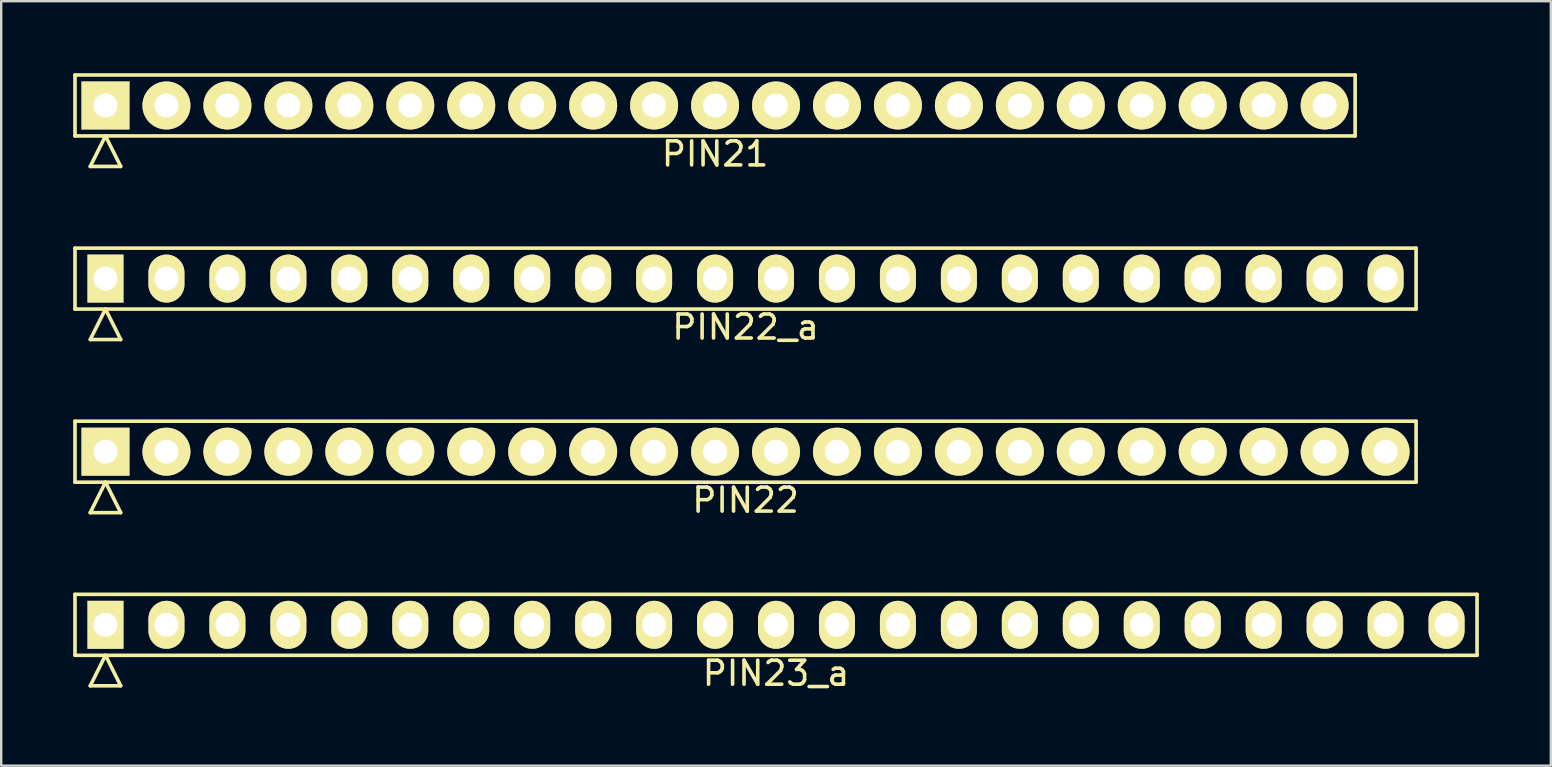
<source format=kicad_pcb>
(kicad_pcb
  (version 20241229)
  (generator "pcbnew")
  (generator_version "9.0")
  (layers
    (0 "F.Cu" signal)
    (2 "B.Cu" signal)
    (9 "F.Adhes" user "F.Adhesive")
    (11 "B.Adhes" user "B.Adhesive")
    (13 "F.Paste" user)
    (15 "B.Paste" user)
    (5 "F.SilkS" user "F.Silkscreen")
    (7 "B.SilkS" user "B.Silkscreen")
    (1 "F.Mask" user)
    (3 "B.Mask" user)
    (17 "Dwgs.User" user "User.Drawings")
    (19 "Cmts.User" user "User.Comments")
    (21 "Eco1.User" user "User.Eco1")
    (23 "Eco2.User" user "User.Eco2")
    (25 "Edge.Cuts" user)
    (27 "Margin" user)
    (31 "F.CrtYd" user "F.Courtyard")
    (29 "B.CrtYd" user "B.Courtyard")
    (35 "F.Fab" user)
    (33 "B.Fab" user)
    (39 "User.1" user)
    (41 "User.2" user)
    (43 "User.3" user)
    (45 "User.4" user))
  (footprint "PIN23_a"
    (layer "F.Cu")
    (at 29.285 22.985)
    (property "Reference" "PIN23_a" (at 0 2.02 0) (layer "F.SilkS") (effects (font (size 1 1) (thickness 0.15))))
    (attr through_hole)
    (fp_line (start -29.21 -1.27) (end -29.21 1.27) (stroke (width 0.15) (type solid)) (layer "F.SilkS"))
    (fp_line (start -29.21 1.27) (end 29.21 1.27) (stroke (width 0.15) (type solid)) (layer "F.SilkS"))
    (fp_line (start -28.575 2.54) (end -27.94 1.27) (stroke (width 0.15) (type solid)) (layer "F.SilkS"))
    (fp_line (start -28.575 2.54) (end -27.305 2.54) (stroke (width 0.15) (type solid)) (layer "F.SilkS"))
    (fp_line (start -27.305 2.54) (end -27.94 1.27) (stroke (width 0.15) (type solid)) (layer "F.SilkS"))
    (fp_line (start 29.21 -1.27) (end -29.21 -1.27) (stroke (width 0.15) (type solid)) (layer "F.SilkS"))
    (fp_line (start 29.21 1.27) (end 29.21 -1.27) (stroke (width 0.15) (type solid)) (layer "F.SilkS"))
    (pad "1" thru_hole rect (at -27.94 0) (size 1.5 2) (drill 1) (layers "*.Cu" "*.Mask" "F.SilkS"))
    (pad "2" thru_hole oval (at -25.4 0) (size 1.5 2) (drill 1) (layers "*.Cu" "*.Mask" "F.SilkS"))
    (pad "3" thru_hole oval (at -22.86 0) (size 1.5 2) (drill 1) (layers "*.Cu" "*.Mask" "F.SilkS"))
    (pad "4" thru_hole oval (at -20.32 0) (size 1.5 2) (drill 1) (layers "*.Cu" "*.Mask" "F.SilkS"))
    (pad "5" thru_hole oval (at -17.78 0) (size 1.5 2) (drill 1) (layers "*.Cu" "*.Mask" "F.SilkS"))
    (pad "6" thru_hole oval (at -15.24 0) (size 1.5 2) (drill 1) (layers "*.Cu" "*.Mask" "F.SilkS"))
    (pad "7" thru_hole oval (at -12.7 0) (size 1.5 2) (drill 1) (layers "*.Cu" "*.Mask" "F.SilkS"))
    (pad "8" thru_hole oval (at -10.16 0) (size 1.5 2) (drill 1) (layers "*.Cu" "*.Mask" "F.SilkS"))
    (pad "9" thru_hole oval (at -7.62 0) (size 1.5 2) (drill 1) (layers "*.Cu" "*.Mask" "F.SilkS"))
    (pad "10" thru_hole oval (at -5.08 0) (size 1.5 2) (drill 1) (layers "*.Cu" "*.Mask" "F.SilkS"))
    (pad "11" thru_hole oval (at -2.54 0) (size 1.5 2) (drill 1) (layers "*.Cu" "*.Mask" "F.SilkS"))
    (pad "12" thru_hole oval (at 0 0) (size 1.5 2) (drill 1) (layers "*.Cu" "*.Mask" "F.SilkS"))
    (pad "13" thru_hole oval (at 2.54 0) (size 1.5 2) (drill 1) (layers "*.Cu" "*.Mask" "F.SilkS"))
    (pad "14" thru_hole oval (at 5.08 0) (size 1.5 2) (drill 1) (layers "*.Cu" "*.Mask" "F.SilkS"))
    (pad "15" thru_hole oval (at 7.62 0) (size 1.5 2) (drill 1) (layers "*.Cu" "*.Mask" "F.SilkS"))
    (pad "16" thru_hole oval (at 10.16 0) (size 1.5 2) (drill 1) (layers "*.Cu" "*.Mask" "F.SilkS"))
    (pad "17" thru_hole oval (at 12.7 0) (size 1.5 2) (drill 1) (layers "*.Cu" "*.Mask" "F.SilkS"))
    (pad "18" thru_hole oval (at 15.24 0) (size 1.5 2) (drill 1) (layers "*.Cu" "*.Mask" "F.SilkS"))
    (pad "19" thru_hole oval (at 17.78 0) (size 1.5 2) (drill 1) (layers "*.Cu" "*.Mask" "F.SilkS"))
    (pad "20" thru_hole oval (at 20.32 0) (size 1.5 2) (drill 1) (layers "*.Cu" "*.Mask" "F.SilkS"))
    (pad "21" thru_hole oval (at 22.86 0) (size 1.5 2) (drill 1) (layers "*.Cu" "*.Mask" "F.SilkS"))
    (pad "22" thru_hole oval (at 25.4 0) (size 1.5 2) (drill 1) (layers "*.Cu" "*.Mask" "F.SilkS"))
    (pad "23" thru_hole oval (at 27.94 0) (size 1.5 2) (drill 1) (layers "*.Cu" "*.Mask" "F.SilkS")))
  (footprint "PIN21"
    (layer "F.Cu")
    (at 26.745 1.345)
    (property "Reference" "PIN21" (at 0 2.02 0) (layer "F.SilkS") (effects (font (size 1 1) (thickness 0.15))))
    (attr through_hole)
    (fp_line (start -26.67 -1.27) (end -26.67 1.27) (stroke (width 0.15) (type solid)) (layer "F.SilkS"))
    (fp_line (start -26.67 1.27) (end 26.67 1.27) (stroke (width 0.15) (type solid)) (layer "F.SilkS"))
    (fp_line (start -26.035 2.54) (end -25.4 1.27) (stroke (width 0.15) (type solid)) (layer "F.SilkS"))
    (fp_line (start -26.035 2.54) (end -24.765 2.54) (stroke (width 0.15) (type solid)) (layer "F.SilkS"))
    (fp_line (start -24.765 2.54) (end -25.4 1.27) (stroke (width 0.15) (type solid)) (layer "F.SilkS"))
    (fp_line (start 26.67 -1.27) (end -26.67 -1.27) (stroke (width 0.15) (type solid)) (layer "F.SilkS"))
    (fp_line (start 26.67 1.27) (end 26.67 -1.27) (stroke (width 0.15) (type solid)) (layer "F.SilkS"))
    (pad "1" thru_hole rect (at -25.4 0) (size 2 2) (drill 1) (layers "*.Cu" "*.Mask" "F.SilkS"))
    (pad "2" thru_hole oval (at -22.86 0) (size 2 2) (drill 1) (layers "*.Cu" "*.Mask" "F.SilkS"))
    (pad "3" thru_hole oval (at -20.32 0) (size 2 2) (drill 1) (layers "*.Cu" "*.Mask" "F.SilkS"))
    (pad "4" thru_hole oval (at -17.78 0) (size 2 2) (drill 1) (layers "*.Cu" "*.Mask" "F.SilkS"))
    (pad "5" thru_hole oval (at -15.24 0) (size 2 2) (drill 1) (layers "*.Cu" "*.Mask" "F.SilkS"))
    (pad "6" thru_hole oval (at -12.7 0) (size 2 2) (drill 1) (layers "*.Cu" "*.Mask" "F.SilkS"))
    (pad "7" thru_hole oval (at -10.16 0) (size 2 2) (drill 1) (layers "*.Cu" "*.Mask" "F.SilkS"))
    (pad "8" thru_hole oval (at -7.62 0) (size 2 2) (drill 1) (layers "*.Cu" "*.Mask" "F.SilkS"))
    (pad "9" thru_hole oval (at -5.08 0) (size 2 2) (drill 1) (layers "*.Cu" "*.Mask" "F.SilkS"))
    (pad "10" thru_hole oval (at -2.54 0) (size 2 2) (drill 1) (layers "*.Cu" "*.Mask" "F.SilkS"))
    (pad "11" thru_hole oval (at 0 0) (size 2 2) (drill 1) (layers "*.Cu" "*.Mask" "F.SilkS"))
    (pad "12" thru_hole oval (at 2.54 0) (size 2 2) (drill 1) (layers "*.Cu" "*.Mask" "F.SilkS"))
    (pad "13" thru_hole oval (at 5.08 0) (size 2 2) (drill 1) (layers "*.Cu" "*.Mask" "F.SilkS"))
    (pad "14" thru_hole oval (at 7.62 0) (size 2 2) (drill 1) (layers "*.Cu" "*.Mask" "F.SilkS"))
    (pad "15" thru_hole oval (at 10.16 0) (size 2 2) (drill 1) (layers "*.Cu" "*.Mask" "F.SilkS"))
    (pad "16" thru_hole oval (at 12.7 0) (size 2 2) (drill 1) (layers "*.Cu" "*.Mask" "F.SilkS"))
    (pad "17" thru_hole oval (at 15.24 0) (size 2 2) (drill 1) (layers "*.Cu" "*.Mask" "F.SilkS"))
    (pad "18" thru_hole oval (at 17.78 0) (size 2 2) (drill 1) (layers "*.Cu" "*.Mask" "F.SilkS"))
    (pad "19" thru_hole oval (at 20.32 0) (size 2 2) (drill 1) (layers "*.Cu" "*.Mask" "F.SilkS"))
    (pad "20" thru_hole oval (at 22.86 0) (size 2 2) (drill 1) (layers "*.Cu" "*.Mask" "F.SilkS"))
    (pad "21" thru_hole oval (at 25.4 0) (size 2 2) (drill 1) (layers "*.Cu" "*.Mask" "F.SilkS")))
  (footprint "PIN22"
    (layer "F.Cu")
    (at 28.015 15.771)
    (property "Reference" "PIN22" (at 0 2.02 0) (layer "F.SilkS") (effects (font (size 1 1) (thickness 0.15))))
    (attr through_hole)
    (fp_line (start -27.94 -1.27) (end -27.94 1.27) (stroke (width 0.15) (type solid)) (layer "F.SilkS"))
    (fp_line (start -27.94 1.27) (end 27.94 1.27) (stroke (width 0.15) (type solid)) (layer "F.SilkS"))
    (fp_line (start -27.305 2.54) (end -26.67 1.27) (stroke (width 0.15) (type solid)) (layer "F.SilkS"))
    (fp_line (start -27.305 2.54) (end -26.035 2.54) (stroke (width 0.15) (type solid)) (layer "F.SilkS"))
    (fp_line (start -26.035 2.54) (end -26.67 1.27) (stroke (width 0.15) (type solid)) (layer "F.SilkS"))
    (fp_line (start 27.94 -1.27) (end -27.94 -1.27) (stroke (width 0.15) (type solid)) (layer "F.SilkS"))
    (fp_line (start 27.94 1.27) (end 27.94 -1.27) (stroke (width 0.15) (type solid)) (layer "F.SilkS"))
    (pad "1" thru_hole rect (at -26.67 0) (size 2 2) (drill 1) (layers "*.Cu" "*.Mask" "F.SilkS"))
    (pad "2" thru_hole oval (at -24.13 0) (size 2 2) (drill 1) (layers "*.Cu" "*.Mask" "F.SilkS"))
    (pad "3" thru_hole oval (at -21.59 0) (size 2 2) (drill 1) (layers "*.Cu" "*.Mask" "F.SilkS"))
    (pad "4" thru_hole oval (at -19.05 0) (size 2 2) (drill 1) (layers "*.Cu" "*.Mask" "F.SilkS"))
    (pad "5" thru_hole oval (at -16.51 0) (size 2 2) (drill 1) (layers "*.Cu" "*.Mask" "F.SilkS"))
    (pad "6" thru_hole oval (at -13.97 0) (size 2 2) (drill 1) (layers "*.Cu" "*.Mask" "F.SilkS"))
    (pad "7" thru_hole oval (at -11.43 0) (size 2 2) (drill 1) (layers "*.Cu" "*.Mask" "F.SilkS"))
    (pad "8" thru_hole oval (at -8.89 0) (size 2 2) (drill 1) (layers "*.Cu" "*.Mask" "F.SilkS"))
    (pad "9" thru_hole oval (at -6.35 0) (size 2 2) (drill 1) (layers "*.Cu" "*.Mask" "F.SilkS"))
    (pad "10" thru_hole oval (at -3.81 0) (size 2 2) (drill 1) (layers "*.Cu" "*.Mask" "F.SilkS"))
    (pad "11" thru_hole oval (at -1.27 0) (size 2 2) (drill 1) (layers "*.Cu" "*.Mask" "F.SilkS"))
    (pad "12" thru_hole oval (at 1.27 0) (size 2 2) (drill 1) (layers "*.Cu" "*.Mask" "F.SilkS"))
    (pad "13" thru_hole oval (at 3.81 0) (size 2 2) (drill 1) (layers "*.Cu" "*.Mask" "F.SilkS"))
    (pad "14" thru_hole oval (at 6.35 0) (size 2 2) (drill 1) (layers "*.Cu" "*.Mask" "F.SilkS"))
    (pad "15" thru_hole oval (at 8.89 0) (size 2 2) (drill 1) (layers "*.Cu" "*.Mask" "F.SilkS"))
    (pad "16" thru_hole oval (at 11.43 0) (size 2 2) (drill 1) (layers "*.Cu" "*.Mask" "F.SilkS"))
    (pad "17" thru_hole oval (at 13.97 0) (size 2 2) (drill 1) (layers "*.Cu" "*.Mask" "F.SilkS"))
    (pad "18" thru_hole oval (at 16.51 0) (size 2 2) (drill 1) (layers "*.Cu" "*.Mask" "F.SilkS"))
    (pad "19" thru_hole oval (at 19.05 0) (size 2 2) (drill 1) (layers "*.Cu" "*.Mask" "F.SilkS"))
    (pad "20" thru_hole oval (at 21.59 0) (size 2 2) (drill 1) (layers "*.Cu" "*.Mask" "F.SilkS"))
    (pad "21" thru_hole oval (at 24.13 0) (size 2 2) (drill 1) (layers "*.Cu" "*.Mask" "F.SilkS"))
    (pad "22" thru_hole oval (at 26.67 0) (size 2 2) (drill 1) (layers "*.Cu" "*.Mask" "F.SilkS")))
  (footprint "PIN22_a"
    (layer "F.Cu")
    (at 28.015 8.558)
    (property "Reference" "PIN22_a" (at 0 2.02 0) (layer "F.SilkS") (effects (font (size 1 1) (thickness 0.15))))
    (attr through_hole)
    (fp_line (start -27.94 -1.27) (end -27.94 1.27) (stroke (width 0.15) (type solid)) (layer "F.SilkS"))
    (fp_line (start -27.94 1.27) (end 27.94 1.27) (stroke (width 0.15) (type solid)) (layer "F.SilkS"))
    (fp_line (start -27.305 2.54) (end -26.67 1.27) (stroke (width 0.15) (type solid)) (layer "F.SilkS"))
    (fp_line (start -27.305 2.54) (end -26.035 2.54) (stroke (width 0.15) (type solid)) (layer "F.SilkS"))
    (fp_line (start -26.035 2.54) (end -26.67 1.27) (stroke (width 0.15) (type solid)) (layer "F.SilkS"))
    (fp_line (start 27.94 -1.27) (end -27.94 -1.27) (stroke (width 0.15) (type solid)) (layer "F.SilkS"))
    (fp_line (start 27.94 1.27) (end 27.94 -1.27) (stroke (width 0.15) (type solid)) (layer "F.SilkS"))
    (pad "1" thru_hole rect (at -26.67 0) (size 1.5 2) (drill 1) (layers "*.Cu" "*.Mask" "F.SilkS"))
    (pad "2" thru_hole oval (at -24.13 0) (size 1.5 2) (drill 1) (layers "*.Cu" "*.Mask" "F.SilkS"))
    (pad "3" thru_hole oval (at -21.59 0) (size 1.5 2) (drill 1) (layers "*.Cu" "*.Mask" "F.SilkS"))
    (pad "4" thru_hole oval (at -19.05 0) (size 1.5 2) (drill 1) (layers "*.Cu" "*.Mask" "F.SilkS"))
    (pad "5" thru_hole oval (at -16.51 0) (size 1.5 2) (drill 1) (layers "*.Cu" "*.Mask" "F.SilkS"))
    (pad "6" thru_hole oval (at -13.97 0) (size 1.5 2) (drill 1) (layers "*.Cu" "*.Mask" "F.SilkS"))
    (pad "7" thru_hole oval (at -11.43 0) (size 1.5 2) (drill 1) (layers "*.Cu" "*.Mask" "F.SilkS"))
    (pad "8" thru_hole oval (at -8.89 0) (size 1.5 2) (drill 1) (layers "*.Cu" "*.Mask" "F.SilkS"))
    (pad "9" thru_hole oval (at -6.35 0) (size 1.5 2) (drill 1) (layers "*.Cu" "*.Mask" "F.SilkS"))
    (pad "10" thru_hole oval (at -3.81 0) (size 1.5 2) (drill 1) (layers "*.Cu" "*.Mask" "F.SilkS"))
    (pad "11" thru_hole oval (at -1.27 0) (size 1.5 2) (drill 1) (layers "*.Cu" "*.Mask" "F.SilkS"))
    (pad "12" thru_hole oval (at 1.27 0) (size 1.5 2) (drill 1) (layers "*.Cu" "*.Mask" "F.SilkS"))
    (pad "13" thru_hole oval (at 3.81 0) (size 1.5 2) (drill 1) (layers "*.Cu" "*.Mask" "F.SilkS"))
    (pad "14" thru_hole oval (at 6.35 0) (size 1.5 2) (drill 1) (layers "*.Cu" "*.Mask" "F.SilkS"))
    (pad "15" thru_hole oval (at 8.89 0) (size 1.5 2) (drill 1) (layers "*.Cu" "*.Mask" "F.SilkS"))
    (pad "16" thru_hole oval (at 11.43 0) (size 1.5 2) (drill 1) (layers "*.Cu" "*.Mask" "F.SilkS"))
    (pad "17" thru_hole oval (at 13.97 0) (size 1.5 2) (drill 1) (layers "*.Cu" "*.Mask" "F.SilkS"))
    (pad "18" thru_hole oval (at 16.51 0) (size 1.5 2) (drill 1) (layers "*.Cu" "*.Mask" "F.SilkS"))
    (pad "19" thru_hole oval (at 19.05 0) (size 1.5 2) (drill 1) (layers "*.Cu" "*.Mask" "F.SilkS"))
    (pad "20" thru_hole oval (at 21.59 0) (size 1.5 2) (drill 1) (layers "*.Cu" "*.Mask" "F.SilkS"))
    (pad "21" thru_hole oval (at 24.13 0) (size 1.5 2) (drill 1) (layers "*.Cu" "*.Mask" "F.SilkS"))
    (pad "22" thru_hole oval (at 26.67 0) (size 1.5 2) (drill 1) (layers "*.Cu" "*.Mask" "F.SilkS")))
  (gr_rect
    (start -3 -3)
    (end 61.57 28.853)
    (stroke (width 0.1) (type default))
    (fill no)
    (layer "Edge.Cuts")))
</source>
